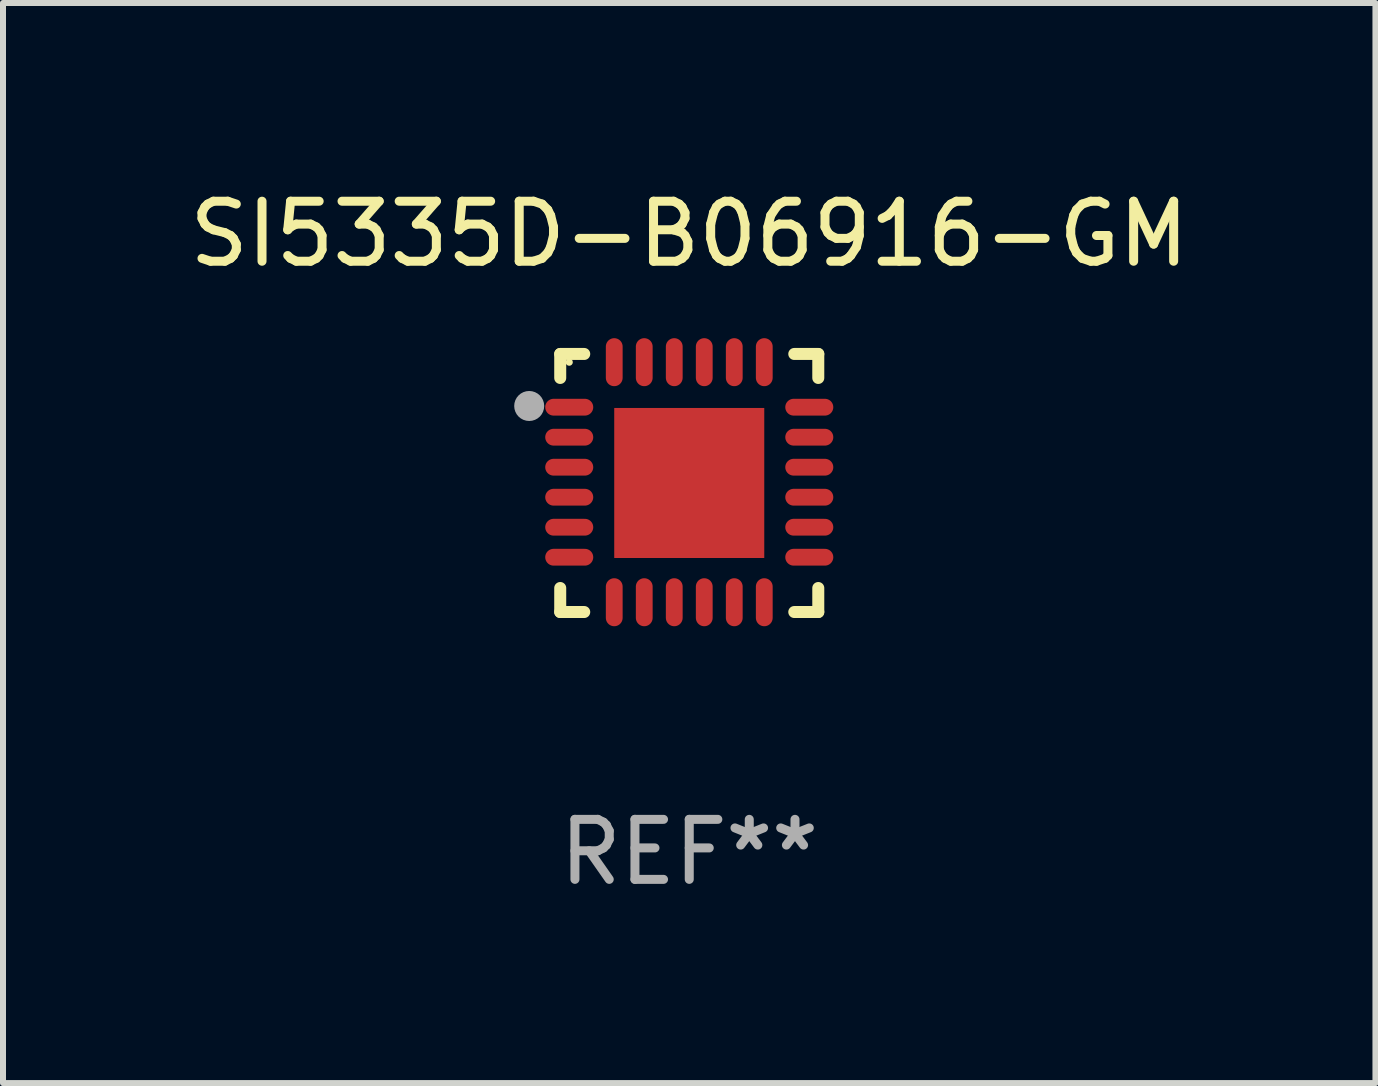
<source format=kicad_pcb>
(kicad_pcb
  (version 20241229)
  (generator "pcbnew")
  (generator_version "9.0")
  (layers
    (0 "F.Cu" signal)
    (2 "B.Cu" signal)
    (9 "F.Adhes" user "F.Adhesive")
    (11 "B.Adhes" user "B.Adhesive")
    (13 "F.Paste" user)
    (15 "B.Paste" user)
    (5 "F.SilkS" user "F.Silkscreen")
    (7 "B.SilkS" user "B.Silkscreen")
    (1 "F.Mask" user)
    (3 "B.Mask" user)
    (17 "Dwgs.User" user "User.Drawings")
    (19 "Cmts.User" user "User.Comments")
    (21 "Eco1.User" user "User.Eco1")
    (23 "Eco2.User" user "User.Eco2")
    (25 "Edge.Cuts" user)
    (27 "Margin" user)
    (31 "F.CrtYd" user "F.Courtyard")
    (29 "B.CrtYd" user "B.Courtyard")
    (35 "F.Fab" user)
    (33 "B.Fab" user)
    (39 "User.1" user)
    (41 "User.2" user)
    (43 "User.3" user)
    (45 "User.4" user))
  (footprint "SI5335D-B06916-GM"
    (layer "F.Cu")
    (at 8.435 4.998)
    (property "Reference" "SI5335D-B06916-GM" (at 0 -4.15 0) (layer "F.SilkS") (effects (font (size 1 1) (thickness 0.15))))
    (attr through_hole)
    (fp_line (start -2.15 -2.15) (end -1.75 -2.15) (stroke (width 0.2) (type solid)) (layer "F.SilkS"))
    (fp_line (start -2.15 -1.75) (end -2.15 -2.15) (stroke (width 0.2) (type solid)) (layer "F.SilkS"))
    (fp_line (start -2.15 2.15) (end -2.15 1.75) (stroke (width 0.2) (type solid)) (layer "F.SilkS"))
    (fp_line (start -1.75 2.15) (end -2.15 2.15) (stroke (width 0.2) (type solid)) (layer "F.SilkS"))
    (fp_line (start 1.75 -2.15) (end 2.15 -2.15) (stroke (width 0.2) (type solid)) (layer "F.SilkS"))
    (fp_line (start 1.75 2.15) (end 2.15 2.15) (stroke (width 0.2) (type solid)) (layer "F.SilkS"))
    (fp_line (start 2.15 -2.15) (end 2.15 -1.75) (stroke (width 0.2) (type solid)) (layer "F.SilkS"))
    (fp_line (start 2.15 2.15) (end 2.15 1.75) (stroke (width 0.2) (type solid)) (layer "F.SilkS"))
    (fp_circle (center -2 -2.013) (end -1.97 -2.013) (stroke (width 0.06) (type solid)) (fill no) (layer "F.SilkS"))
    (fp_circle (center -2.667 -1.283) (end -2.542 -1.283) (stroke (width 0.25) (type solid)) (fill no) (layer "F.Fab"))
    (fp_text user "REF**" (at 0 6.15 0) (layer "F.Fab") (effects (font (size 1 1) (thickness 0.15))))
    (pad "1" smd oval (at -2 -1.263) (size 0.8 0.28) (layers "F.Cu" "F.Mask" "F.Paste"))
    (pad "2" smd oval (at -2 -0.763) (size 0.8 0.28) (layers "F.Cu" "F.Mask" "F.Paste"))
    (pad "3" smd oval (at -2 -0.263) (size 0.8 0.28) (layers "F.Cu" "F.Mask" "F.Paste"))
    (pad "4" smd oval (at -2 0.237) (size 0.8 0.28) (layers "F.Cu" "F.Mask" "F.Paste"))
    (pad "5" smd oval (at -2 0.737) (size 0.8 0.28) (layers "F.Cu" "F.Mask" "F.Paste"))
    (pad "6" smd oval (at -2 1.237) (size 0.8 0.28) (layers "F.Cu" "F.Mask" "F.Paste"))
    (pad "7" smd oval (at -1.25 1.987) (size 0.28 0.8) (layers "F.Cu" "F.Mask" "F.Paste"))
    (pad "8" smd oval (at -0.75 1.987) (size 0.28 0.8) (layers "F.Cu" "F.Mask" "F.Paste"))
    (pad "9" smd oval (at -0.25 1.987) (size 0.28 0.8) (layers "F.Cu" "F.Mask" "F.Paste"))
    (pad "10" smd oval (at 0.25 1.987) (size 0.28 0.8) (layers "F.Cu" "F.Mask" "F.Paste"))
    (pad "11" smd oval (at 0.75 1.987) (size 0.28 0.8) (layers "F.Cu" "F.Mask" "F.Paste"))
    (pad "12" smd oval (at 1.25 1.987) (size 0.28 0.8) (layers "F.Cu" "F.Mask" "F.Paste"))
    (pad "13" smd oval (at 2 1.237) (size 0.8 0.28) (layers "F.Cu" "F.Mask" "F.Paste"))
    (pad "14" smd oval (at 2 0.737) (size 0.8 0.28) (layers "F.Cu" "F.Mask" "F.Paste"))
    (pad "15" smd oval (at 2 0.237) (size 0.8 0.28) (layers "F.Cu" "F.Mask" "F.Paste"))
    (pad "16" smd oval (at 2 -0.263) (size 0.8 0.28) (layers "F.Cu" "F.Mask" "F.Paste"))
    (pad "17" smd oval (at 2 -0.763) (size 0.8 0.28) (layers "F.Cu" "F.Mask" "F.Paste"))
    (pad "18" smd oval (at 2 -1.263) (size 0.8 0.28) (layers "F.Cu" "F.Mask" "F.Paste"))
    (pad "19" smd oval (at 1.25 -2.013) (size 0.28 0.8) (layers "F.Cu" "F.Mask" "F.Paste"))
    (pad "20" smd oval (at 0.75 -2.013) (size 0.28 0.8) (layers "F.Cu" "F.Mask" "F.Paste"))
    (pad "21" smd oval (at 0.25 -2.013) (size 0.28 0.8) (layers "F.Cu" "F.Mask" "F.Paste"))
    (pad "22" smd oval (at -0.25 -2.013) (size 0.28 0.8) (layers "F.Cu" "F.Mask" "F.Paste"))
    (pad "23" smd oval (at -0.75 -2.013) (size 0.28 0.8) (layers "F.Cu" "F.Mask" "F.Paste"))
    (pad "24" smd oval (at -1.25 -2.013) (size 0.28 0.8) (layers "F.Cu" "F.Mask" "F.Paste"))
    (pad "25" smd rect (at -0.000127 -0.00014) (size 2.5 2.5) (layers "F.Cu" "F.Mask" "F.Paste")))
  (gr_rect
    (start -3 -3)
    (end 19.869 14.997)
    (stroke (width 0.1) (type default))
    (fill no)
    (layer "Edge.Cuts")))
</source>
